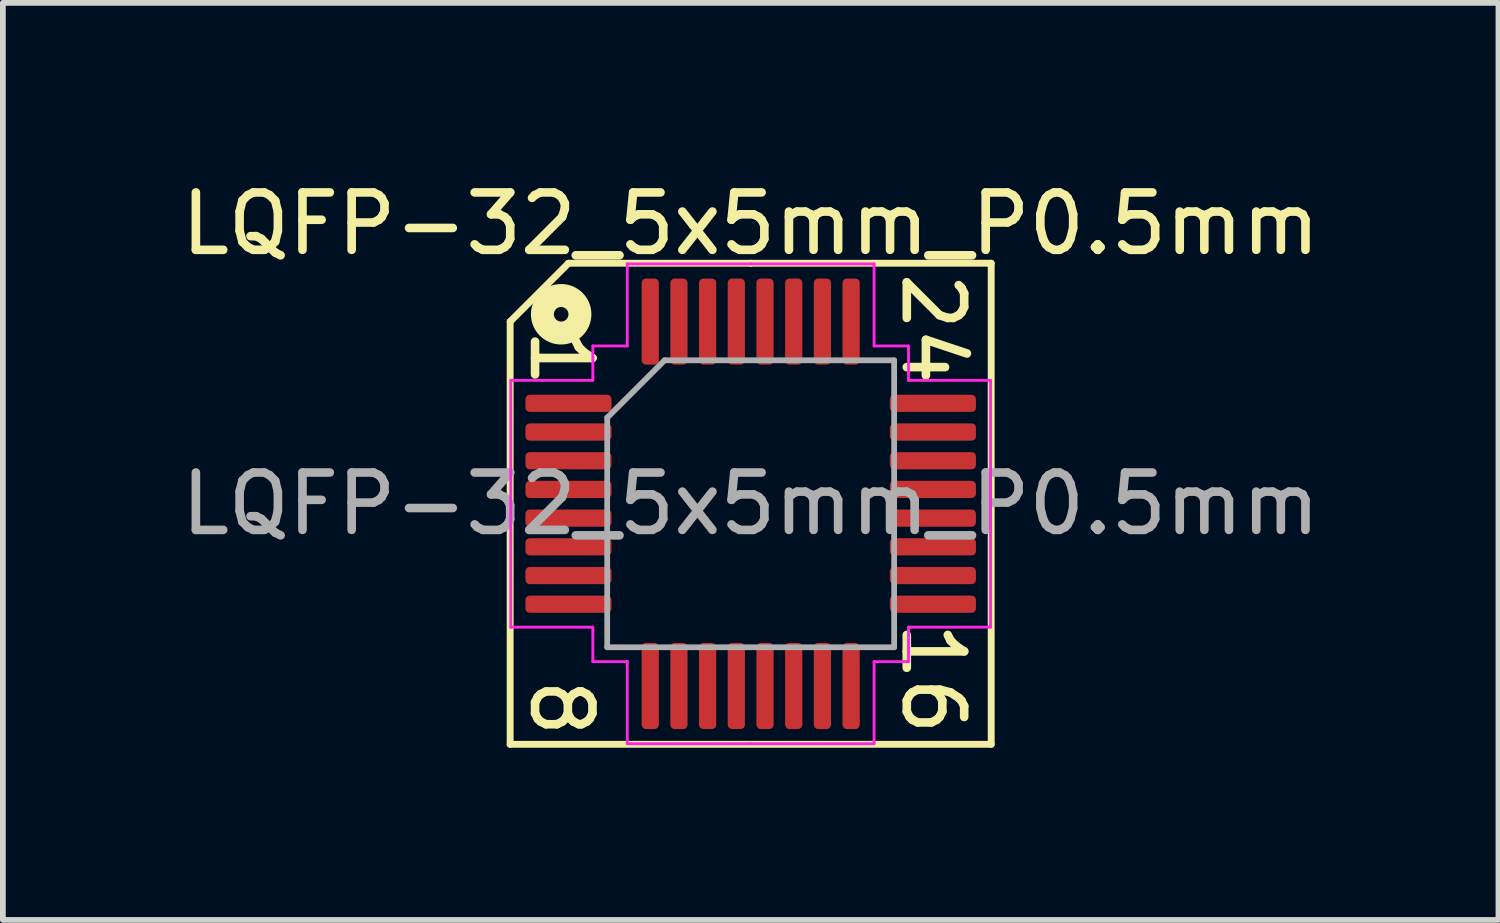
<source format=kicad_pcb>
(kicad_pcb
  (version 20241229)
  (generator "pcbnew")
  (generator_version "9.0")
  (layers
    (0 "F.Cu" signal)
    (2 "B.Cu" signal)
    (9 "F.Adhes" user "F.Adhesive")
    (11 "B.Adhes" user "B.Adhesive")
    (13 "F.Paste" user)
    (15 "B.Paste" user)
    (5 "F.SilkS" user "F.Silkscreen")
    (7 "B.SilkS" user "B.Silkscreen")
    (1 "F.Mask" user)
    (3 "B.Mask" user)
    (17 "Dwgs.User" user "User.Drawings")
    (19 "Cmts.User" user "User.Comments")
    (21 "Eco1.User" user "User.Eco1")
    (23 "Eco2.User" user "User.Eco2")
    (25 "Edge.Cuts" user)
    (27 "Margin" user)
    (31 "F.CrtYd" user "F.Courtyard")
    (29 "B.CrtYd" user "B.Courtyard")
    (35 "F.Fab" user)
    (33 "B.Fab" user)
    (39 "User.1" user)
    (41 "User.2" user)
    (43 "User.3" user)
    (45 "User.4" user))
  (footprint "LQFP-32_5x5mm_P0.5mm"
    (layer "F.Cu")
    (at 10.03 5.728)
    (property "Reference" "LQFP-32_5x5mm_P0.5mm" (at 0 -4.88 0) (layer "F.SilkS") (effects (font (size 1 1) (thickness 0.15))))
    (attr smd)
    (fp_line (start -4.191 -3.175) (end -4.191 4.191) (stroke (width 0.12) (type solid)) (layer "F.SilkS"))
    (fp_line (start -4.191 4.191) (end 4.191 4.191) (stroke (width 0.12) (type solid)) (layer "F.SilkS"))
    (fp_line (start -3.175 -4.191) (end -4.191 -3.175) (stroke (width 0.12) (type solid)) (layer "F.SilkS"))
    (fp_line (start 0 -4.191) (end -3.175 -4.191) (stroke (width 0.12) (type solid)) (layer "F.SilkS"))
    (fp_line (start 4.191 -4.191) (end 0 -4.191) (stroke (width 0.12) (type solid)) (layer "F.SilkS"))
    (fp_line (start 4.191 4.191) (end 4.191 -4.191) (stroke (width 0.12) (type solid)) (layer "F.SilkS"))
    (fp_circle (center -3.302 -3.302) (end -3.175 -3.302) (stroke (width 0.4) (type solid)) (fill no) (layer "F.SilkS"))
    (fp_line (start -4.18 -2.15) (end -4.18 0) (stroke (width 0.05) (type solid)) (layer "F.CrtYd"))
    (fp_line (start -4.18 2.15) (end -4.18 0) (stroke (width 0.05) (type solid)) (layer "F.CrtYd"))
    (fp_line (start -2.75 -2.75) (end -2.75 -2.15) (stroke (width 0.05) (type solid)) (layer "F.CrtYd"))
    (fp_line (start -2.75 -2.15) (end -4.18 -2.15) (stroke (width 0.05) (type solid)) (layer "F.CrtYd"))
    (fp_line (start -2.75 2.15) (end -4.18 2.15) (stroke (width 0.05) (type solid)) (layer "F.CrtYd"))
    (fp_line (start -2.75 2.75) (end -2.75 2.15) (stroke (width 0.05) (type solid)) (layer "F.CrtYd"))
    (fp_line (start -2.15 -4.18) (end -2.15 -2.75) (stroke (width 0.05) (type solid)) (layer "F.CrtYd"))
    (fp_line (start -2.15 -2.75) (end -2.75 -2.75) (stroke (width 0.05) (type solid)) (layer "F.CrtYd"))
    (fp_line (start -2.15 2.75) (end -2.75 2.75) (stroke (width 0.05) (type solid)) (layer "F.CrtYd"))
    (fp_line (start -2.15 4.18) (end -2.15 2.75) (stroke (width 0.05) (type solid)) (layer "F.CrtYd"))
    (fp_line (start 0 -4.18) (end -2.15 -4.18) (stroke (width 0.05) (type solid)) (layer "F.CrtYd"))
    (fp_line (start 0 -4.18) (end 2.15 -4.18) (stroke (width 0.05) (type solid)) (layer "F.CrtYd"))
    (fp_line (start 0 4.18) (end -2.15 4.18) (stroke (width 0.05) (type solid)) (layer "F.CrtYd"))
    (fp_line (start 0 4.18) (end 2.15 4.18) (stroke (width 0.05) (type solid)) (layer "F.CrtYd"))
    (fp_line (start 2.15 -4.18) (end 2.15 -2.75) (stroke (width 0.05) (type solid)) (layer "F.CrtYd"))
    (fp_line (start 2.15 -2.75) (end 2.75 -2.75) (stroke (width 0.05) (type solid)) (layer "F.CrtYd"))
    (fp_line (start 2.15 2.75) (end 2.75 2.75) (stroke (width 0.05) (type solid)) (layer "F.CrtYd"))
    (fp_line (start 2.15 4.18) (end 2.15 2.75) (stroke (width 0.05) (type solid)) (layer "F.CrtYd"))
    (fp_line (start 2.75 -2.75) (end 2.75 -2.15) (stroke (width 0.05) (type solid)) (layer "F.CrtYd"))
    (fp_line (start 2.75 -2.15) (end 4.18 -2.15) (stroke (width 0.05) (type solid)) (layer "F.CrtYd"))
    (fp_line (start 2.75 2.15) (end 4.18 2.15) (stroke (width 0.05) (type solid)) (layer "F.CrtYd"))
    (fp_line (start 2.75 2.75) (end 2.75 2.15) (stroke (width 0.05) (type solid)) (layer "F.CrtYd"))
    (fp_line (start 4.18 -2.15) (end 4.18 0) (stroke (width 0.05) (type solid)) (layer "F.CrtYd"))
    (fp_line (start 4.18 2.15) (end 4.18 0) (stroke (width 0.05) (type solid)) (layer "F.CrtYd"))
    (fp_line (start -2.5 -1.5) (end -1.5 -2.5) (stroke (width 0.1) (type solid)) (layer "F.Fab"))
    (fp_line (start -2.5 2.5) (end -2.5 -1.5) (stroke (width 0.1) (type solid)) (layer "F.Fab"))
    (fp_line (start -1.5 -2.5) (end 2.5 -2.5) (stroke (width 0.1) (type solid)) (layer "F.Fab"))
    (fp_line (start 2.5 -2.5) (end 2.5 2.5) (stroke (width 0.1) (type solid)) (layer "F.Fab"))
    (fp_line (start 2.5 2.5) (end -2.5 2.5) (stroke (width 0.1) (type solid)) (layer "F.Fab"))
    (fp_text user "24" (at 3.175 -3.048 270) (unlocked yes) (layer "F.SilkS") (effects (font (size 1 1) (thickness 0.15))))
    (fp_text user "1" (at -3.302 -2.54 270) (unlocked yes) (layer "F.SilkS") (effects (font (size 1 1) (thickness 0.15))))
    (fp_text user "8" (at -3.302 3.556 270) (unlocked yes) (layer "F.SilkS") (effects (font (size 1 1) (thickness 0.15))))
    (fp_text user "16" (at 3.175 3.048 270) (unlocked yes) (layer "F.SilkS") (effects (font (size 1 1) (thickness 0.15))))
    (fp_text user "${REFERENCE}" (at 0 0 0) (layer "F.Fab") (effects (font (size 1 1) (thickness 0.15))))
    (pad "1" smd roundrect (at -3.175 -1.75) (size 1.5 0.3) (layers "F.Cu" "F.Mask" "F.Paste") (roundrect_rratio 0.25))
    (pad "2" smd roundrect (at -3.175 -1.25) (size 1.5 0.3) (layers "F.Cu" "F.Mask" "F.Paste") (roundrect_rratio 0.25))
    (pad "3" smd roundrect (at -3.175 -0.75) (size 1.5 0.3) (layers "F.Cu" "F.Mask" "F.Paste") (roundrect_rratio 0.25))
    (pad "4" smd roundrect (at -3.175 -0.25) (size 1.5 0.3) (layers "F.Cu" "F.Mask" "F.Paste") (roundrect_rratio 0.25))
    (pad "5" smd roundrect (at -3.175 0.25) (size 1.5 0.3) (layers "F.Cu" "F.Mask" "F.Paste") (roundrect_rratio 0.25))
    (pad "6" smd roundrect (at -3.175 0.75) (size 1.5 0.3) (layers "F.Cu" "F.Mask" "F.Paste") (roundrect_rratio 0.25))
    (pad "7" smd roundrect (at -3.175 1.25) (size 1.5 0.3) (layers "F.Cu" "F.Mask" "F.Paste") (roundrect_rratio 0.25))
    (pad "8" smd roundrect (at -3.175 1.75) (size 1.5 0.3) (layers "F.Cu" "F.Mask" "F.Paste") (roundrect_rratio 0.25))
    (pad "9" smd roundrect (at -1.75 3.175) (size 0.3 1.5) (layers "F.Cu" "F.Mask" "F.Paste") (roundrect_rratio 0.25))
    (pad "10" smd roundrect (at -1.25 3.175) (size 0.3 1.5) (layers "F.Cu" "F.Mask" "F.Paste") (roundrect_rratio 0.25))
    (pad "11" smd roundrect (at -0.75 3.175) (size 0.3 1.5) (layers "F.Cu" "F.Mask" "F.Paste") (roundrect_rratio 0.25))
    (pad "12" smd roundrect (at -0.25 3.175) (size 0.3 1.5) (layers "F.Cu" "F.Mask" "F.Paste") (roundrect_rratio 0.25))
    (pad "13" smd roundrect (at 0.25 3.175) (size 0.3 1.5) (layers "F.Cu" "F.Mask" "F.Paste") (roundrect_rratio 0.25))
    (pad "14" smd roundrect (at 0.75 3.175) (size 0.3 1.5) (layers "F.Cu" "F.Mask" "F.Paste") (roundrect_rratio 0.25))
    (pad "15" smd roundrect (at 1.25 3.175) (size 0.3 1.5) (layers "F.Cu" "F.Mask" "F.Paste") (roundrect_rratio 0.25))
    (pad "16" smd roundrect (at 1.75 3.175) (size 0.3 1.5) (layers "F.Cu" "F.Mask" "F.Paste") (roundrect_rratio 0.25))
    (pad "17" smd roundrect (at 3.175 1.75) (size 1.5 0.3) (layers "F.Cu" "F.Mask" "F.Paste") (roundrect_rratio 0.25))
    (pad "18" smd roundrect (at 3.175 1.25) (size 1.5 0.3) (layers "F.Cu" "F.Mask" "F.Paste") (roundrect_rratio 0.25))
    (pad "19" smd roundrect (at 3.175 0.75) (size 1.5 0.3) (layers "F.Cu" "F.Mask" "F.Paste") (roundrect_rratio 0.25))
    (pad "20" smd roundrect (at 3.175 0.25) (size 1.5 0.3) (layers "F.Cu" "F.Mask" "F.Paste") (roundrect_rratio 0.25))
    (pad "21" smd roundrect (at 3.175 -0.25) (size 1.5 0.3) (layers "F.Cu" "F.Mask" "F.Paste") (roundrect_rratio 0.25))
    (pad "22" smd roundrect (at 3.175 -0.75) (size 1.5 0.3) (layers "F.Cu" "F.Mask" "F.Paste") (roundrect_rratio 0.25))
    (pad "23" smd roundrect (at 3.175 -1.25) (size 1.5 0.3) (layers "F.Cu" "F.Mask" "F.Paste") (roundrect_rratio 0.25))
    (pad "24" smd roundrect (at 3.175 -1.75) (size 1.5 0.3) (layers "F.Cu" "F.Mask" "F.Paste") (roundrect_rratio 0.25))
    (pad "25" smd roundrect (at 1.75 -3.175) (size 0.3 1.5) (layers "F.Cu" "F.Mask" "F.Paste") (roundrect_rratio 0.25))
    (pad "26" smd roundrect (at 1.25 -3.175) (size 0.3 1.5) (layers "F.Cu" "F.Mask" "F.Paste") (roundrect_rratio 0.25))
    (pad "27" smd roundrect (at 0.75 -3.175) (size 0.3 1.5) (layers "F.Cu" "F.Mask" "F.Paste") (roundrect_rratio 0.25))
    (pad "28" smd roundrect (at 0.25 -3.175) (size 0.3 1.5) (layers "F.Cu" "F.Mask" "F.Paste") (roundrect_rratio 0.25))
    (pad "29" smd roundrect (at -0.25 -3.175) (size 0.3 1.5) (layers "F.Cu" "F.Mask" "F.Paste") (roundrect_rratio 0.25))
    (pad "30" smd roundrect (at -0.75 -3.175) (size 0.3 1.5) (layers "F.Cu" "F.Mask" "F.Paste") (roundrect_rratio 0.25))
    (pad "31" smd roundrect (at -1.25 -3.175) (size 0.3 1.5) (layers "F.Cu" "F.Mask" "F.Paste") (roundrect_rratio 0.25))
    (pad "32" smd roundrect (at -1.75 -3.175) (size 0.3 1.5) (layers "F.Cu" "F.Mask" "F.Paste") (roundrect_rratio 0.25)))
  (gr_rect
    (start -3 -3)
    (end 23.06 12.979)
    (stroke (width 0.1) (type default))
    (fill no)
    (layer "Edge.Cuts")))
</source>
